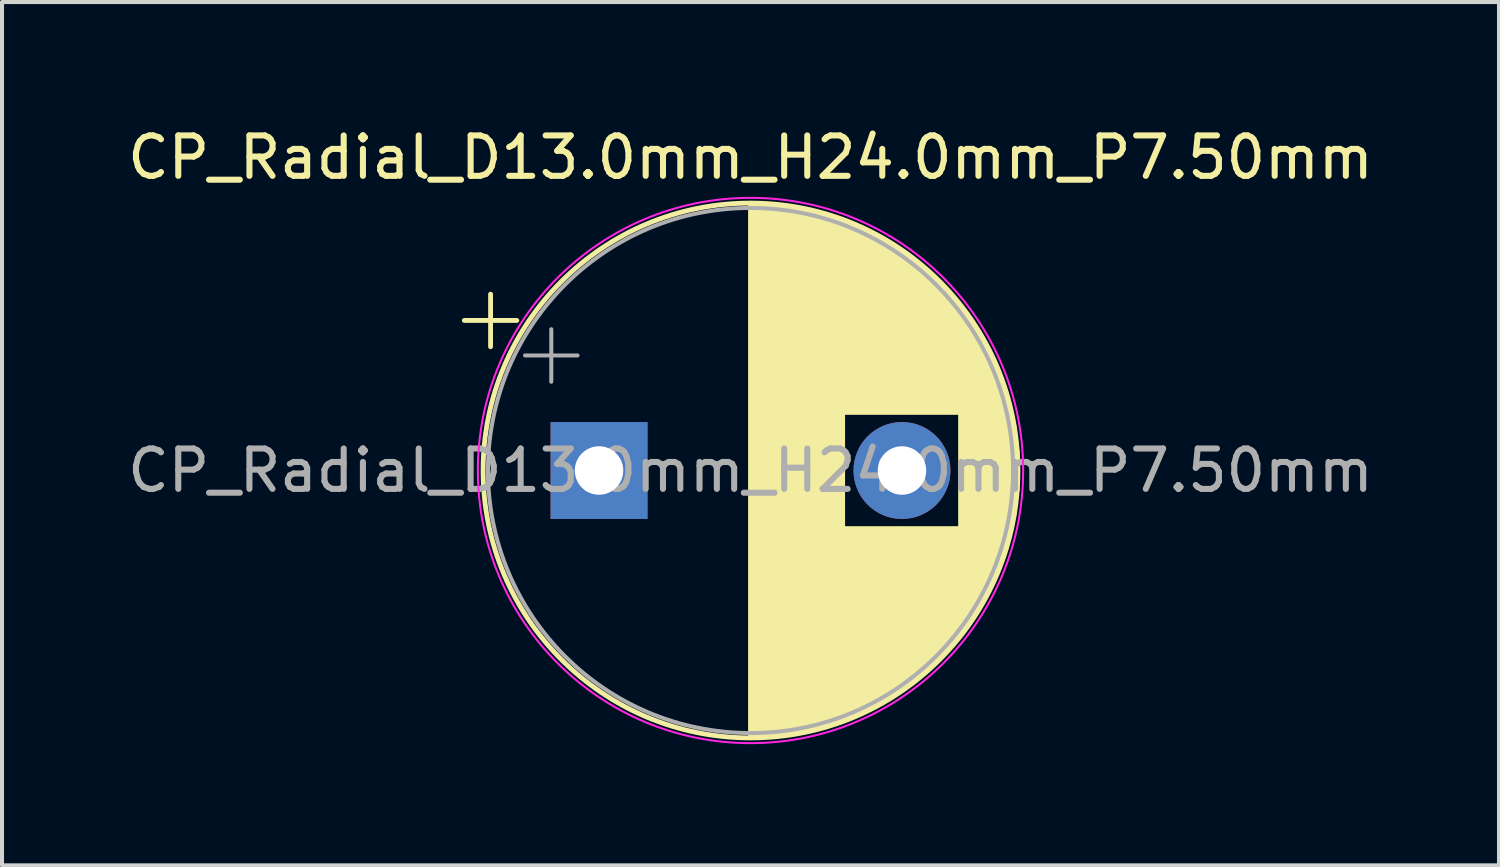
<source format=kicad_pcb>
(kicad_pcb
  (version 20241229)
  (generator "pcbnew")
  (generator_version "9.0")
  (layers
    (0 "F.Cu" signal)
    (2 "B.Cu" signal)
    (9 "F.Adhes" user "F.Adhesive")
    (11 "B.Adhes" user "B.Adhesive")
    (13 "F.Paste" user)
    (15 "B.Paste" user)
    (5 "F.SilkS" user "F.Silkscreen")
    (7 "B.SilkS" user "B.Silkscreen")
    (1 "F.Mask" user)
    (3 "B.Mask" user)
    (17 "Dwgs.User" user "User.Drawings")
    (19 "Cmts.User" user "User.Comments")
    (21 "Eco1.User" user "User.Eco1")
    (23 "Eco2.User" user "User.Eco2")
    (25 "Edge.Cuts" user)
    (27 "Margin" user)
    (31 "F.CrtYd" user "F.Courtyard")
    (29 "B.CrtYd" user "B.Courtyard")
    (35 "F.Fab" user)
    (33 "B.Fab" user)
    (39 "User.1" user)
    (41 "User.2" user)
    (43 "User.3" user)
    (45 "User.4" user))
  (footprint "CP_Radial_D13.0mm_H24.0mm_P7.50mm"
    (layer "F.Cu")
    (at 11.78 8.598)
    (property "Reference" "CP_Radial_D13.0mm_H24.0mm_P7.50mm" (at 3.75 -7.75 0) (layer "F.SilkS") (effects (font (size 1 1) (thickness 0.15))))
    (attr through_hole)
    (fp_line (start -3.335 -3.715) (end -2.035 -3.715) (stroke (width 0.12) (type solid)) (layer "F.SilkS"))
    (fp_line (start -2.685 -4.365) (end -2.685 -3.065) (stroke (width 0.12) (type solid)) (layer "F.SilkS"))
    (fp_line (start 3.75 -6.58) (end 3.75 6.58) (stroke (width 0.12) (type solid)) (layer "F.SilkS"))
    (fp_line (start 3.79 -6.58) (end 3.79 6.58) (stroke (width 0.12) (type solid)) (layer "F.SilkS"))
    (fp_line (start 3.83 -6.58) (end 3.83 6.58) (stroke (width 0.12) (type solid)) (layer "F.SilkS"))
    (fp_line (start 3.87 -6.579) (end 3.87 6.579) (stroke (width 0.12) (type solid)) (layer "F.SilkS"))
    (fp_line (start 3.91 -6.579) (end 3.91 6.579) (stroke (width 0.12) (type solid)) (layer "F.SilkS"))
    (fp_line (start 3.95 -6.577) (end 3.95 6.577) (stroke (width 0.12) (type solid)) (layer "F.SilkS"))
    (fp_line (start 3.99 -6.576) (end 3.99 6.576) (stroke (width 0.12) (type solid)) (layer "F.SilkS"))
    (fp_line (start 4.03 -6.575) (end 4.03 6.575) (stroke (width 0.12) (type solid)) (layer "F.SilkS"))
    (fp_line (start 4.07 -6.573) (end 4.07 6.573) (stroke (width 0.12) (type solid)) (layer "F.SilkS"))
    (fp_line (start 4.11 -6.571) (end 4.11 6.571) (stroke (width 0.12) (type solid)) (layer "F.SilkS"))
    (fp_line (start 4.15 -6.568) (end 4.15 6.568) (stroke (width 0.12) (type solid)) (layer "F.SilkS"))
    (fp_line (start 4.19 -6.566) (end 4.19 6.566) (stroke (width 0.12) (type solid)) (layer "F.SilkS"))
    (fp_line (start 4.23 -6.563) (end 4.23 6.563) (stroke (width 0.12) (type solid)) (layer "F.SilkS"))
    (fp_line (start 4.27 -6.56) (end 4.27 6.56) (stroke (width 0.12) (type solid)) (layer "F.SilkS"))
    (fp_line (start 4.31 -6.557) (end 4.31 6.557) (stroke (width 0.12) (type solid)) (layer "F.SilkS"))
    (fp_line (start 4.35 -6.553) (end 4.35 6.553) (stroke (width 0.12) (type solid)) (layer "F.SilkS"))
    (fp_line (start 4.39 -6.549) (end 4.39 6.549) (stroke (width 0.12) (type solid)) (layer "F.SilkS"))
    (fp_line (start 4.43 -6.545) (end 4.43 6.545) (stroke (width 0.12) (type solid)) (layer "F.SilkS"))
    (fp_line (start 4.471 -6.541) (end 4.471 6.541) (stroke (width 0.12) (type solid)) (layer "F.SilkS"))
    (fp_line (start 4.511 -6.537) (end 4.511 6.537) (stroke (width 0.12) (type solid)) (layer "F.SilkS"))
    (fp_line (start 4.551 -6.532) (end 4.551 6.532) (stroke (width 0.12) (type solid)) (layer "F.SilkS"))
    (fp_line (start 4.591 -6.527) (end 4.591 6.527) (stroke (width 0.12) (type solid)) (layer "F.SilkS"))
    (fp_line (start 4.631 -6.522) (end 4.631 6.522) (stroke (width 0.12) (type solid)) (layer "F.SilkS"))
    (fp_line (start 4.671 -6.516) (end 4.671 6.516) (stroke (width 0.12) (type solid)) (layer "F.SilkS"))
    (fp_line (start 4.711 -6.511) (end 4.711 6.511) (stroke (width 0.12) (type solid)) (layer "F.SilkS"))
    (fp_line (start 4.751 -6.505) (end 4.751 6.505) (stroke (width 0.12) (type solid)) (layer "F.SilkS"))
    (fp_line (start 4.791 -6.498) (end 4.791 6.498) (stroke (width 0.12) (type solid)) (layer "F.SilkS"))
    (fp_line (start 4.831 -6.492) (end 4.831 6.492) (stroke (width 0.12) (type solid)) (layer "F.SilkS"))
    (fp_line (start 4.871 -6.485) (end 4.871 6.485) (stroke (width 0.12) (type solid)) (layer "F.SilkS"))
    (fp_line (start 4.911 -6.478) (end 4.911 6.478) (stroke (width 0.12) (type solid)) (layer "F.SilkS"))
    (fp_line (start 4.951 -6.471) (end 4.951 6.471) (stroke (width 0.12) (type solid)) (layer "F.SilkS"))
    (fp_line (start 4.991 -6.463) (end 4.991 6.463) (stroke (width 0.12) (type solid)) (layer "F.SilkS"))
    (fp_line (start 5.031 -6.456) (end 5.031 6.456) (stroke (width 0.12) (type solid)) (layer "F.SilkS"))
    (fp_line (start 5.071 -6.448) (end 5.071 6.448) (stroke (width 0.12) (type solid)) (layer "F.SilkS"))
    (fp_line (start 5.111 -6.439) (end 5.111 6.439) (stroke (width 0.12) (type solid)) (layer "F.SilkS"))
    (fp_line (start 5.151 -6.431) (end 5.151 6.431) (stroke (width 0.12) (type solid)) (layer "F.SilkS"))
    (fp_line (start 5.191 -6.422) (end 5.191 6.422) (stroke (width 0.12) (type solid)) (layer "F.SilkS"))
    (fp_line (start 5.231 -6.413) (end 5.231 6.413) (stroke (width 0.12) (type solid)) (layer "F.SilkS"))
    (fp_line (start 5.271 -6.404) (end 5.271 6.404) (stroke (width 0.12) (type solid)) (layer "F.SilkS"))
    (fp_line (start 5.311 -6.394) (end 5.311 6.394) (stroke (width 0.12) (type solid)) (layer "F.SilkS"))
    (fp_line (start 5.351 -6.384) (end 5.351 6.384) (stroke (width 0.12) (type solid)) (layer "F.SilkS"))
    (fp_line (start 5.391 -6.374) (end 5.391 6.374) (stroke (width 0.12) (type solid)) (layer "F.SilkS"))
    (fp_line (start 5.431 -6.364) (end 5.431 6.364) (stroke (width 0.12) (type solid)) (layer "F.SilkS"))
    (fp_line (start 5.471 -6.353) (end 5.471 6.353) (stroke (width 0.12) (type solid)) (layer "F.SilkS"))
    (fp_line (start 5.511 -6.342) (end 5.511 6.342) (stroke (width 0.12) (type solid)) (layer "F.SilkS"))
    (fp_line (start 5.551 -6.331) (end 5.551 6.331) (stroke (width 0.12) (type solid)) (layer "F.SilkS"))
    (fp_line (start 5.591 -6.32) (end 5.591 6.32) (stroke (width 0.12) (type solid)) (layer "F.SilkS"))
    (fp_line (start 5.631 -6.308) (end 5.631 6.308) (stroke (width 0.12) (type solid)) (layer "F.SilkS"))
    (fp_line (start 5.671 -6.296) (end 5.671 6.296) (stroke (width 0.12) (type solid)) (layer "F.SilkS"))
    (fp_line (start 5.711 -6.284) (end 5.711 6.284) (stroke (width 0.12) (type solid)) (layer "F.SilkS"))
    (fp_line (start 5.751 -6.271) (end 5.751 6.271) (stroke (width 0.12) (type solid)) (layer "F.SilkS"))
    (fp_line (start 5.791 -6.258) (end 5.791 6.258) (stroke (width 0.12) (type solid)) (layer "F.SilkS"))
    (fp_line (start 5.831 -6.245) (end 5.831 6.245) (stroke (width 0.12) (type solid)) (layer "F.SilkS"))
    (fp_line (start 5.871 -6.232) (end 5.871 6.232) (stroke (width 0.12) (type solid)) (layer "F.SilkS"))
    (fp_line (start 5.911 -6.218) (end 5.911 6.218) (stroke (width 0.12) (type solid)) (layer "F.SilkS"))
    (fp_line (start 5.951 -6.204) (end 5.951 6.204) (stroke (width 0.12) (type solid)) (layer "F.SilkS"))
    (fp_line (start 5.991 -6.19) (end 5.991 6.19) (stroke (width 0.12) (type solid)) (layer "F.SilkS"))
    (fp_line (start 6.031 -6.175) (end 6.031 6.175) (stroke (width 0.12) (type solid)) (layer "F.SilkS"))
    (fp_line (start 6.071 -6.161) (end 6.071 -1.44) (stroke (width 0.12) (type solid)) (layer "F.SilkS"))
    (fp_line (start 6.071 1.44) (end 6.071 6.161) (stroke (width 0.12) (type solid)) (layer "F.SilkS"))
    (fp_line (start 6.111 -6.146) (end 6.111 -1.44) (stroke (width 0.12) (type solid)) (layer "F.SilkS"))
    (fp_line (start 6.111 1.44) (end 6.111 6.146) (stroke (width 0.12) (type solid)) (layer "F.SilkS"))
    (fp_line (start 6.151 -6.13) (end 6.151 -1.44) (stroke (width 0.12) (type solid)) (layer "F.SilkS"))
    (fp_line (start 6.151 1.44) (end 6.151 6.13) (stroke (width 0.12) (type solid)) (layer "F.SilkS"))
    (fp_line (start 6.191 -6.114) (end 6.191 -1.44) (stroke (width 0.12) (type solid)) (layer "F.SilkS"))
    (fp_line (start 6.191 1.44) (end 6.191 6.114) (stroke (width 0.12) (type solid)) (layer "F.SilkS"))
    (fp_line (start 6.231 -6.098) (end 6.231 -1.44) (stroke (width 0.12) (type solid)) (layer "F.SilkS"))
    (fp_line (start 6.231 1.44) (end 6.231 6.098) (stroke (width 0.12) (type solid)) (layer "F.SilkS"))
    (fp_line (start 6.271 -6.082) (end 6.271 -1.44) (stroke (width 0.12) (type solid)) (layer "F.SilkS"))
    (fp_line (start 6.271 1.44) (end 6.271 6.082) (stroke (width 0.12) (type solid)) (layer "F.SilkS"))
    (fp_line (start 6.311 -6.065) (end 6.311 -1.44) (stroke (width 0.12) (type solid)) (layer "F.SilkS"))
    (fp_line (start 6.311 1.44) (end 6.311 6.065) (stroke (width 0.12) (type solid)) (layer "F.SilkS"))
    (fp_line (start 6.351 -6.049) (end 6.351 -1.44) (stroke (width 0.12) (type solid)) (layer "F.SilkS"))
    (fp_line (start 6.351 1.44) (end 6.351 6.049) (stroke (width 0.12) (type solid)) (layer "F.SilkS"))
    (fp_line (start 6.391 -6.031) (end 6.391 -1.44) (stroke (width 0.12) (type solid)) (layer "F.SilkS"))
    (fp_line (start 6.391 1.44) (end 6.391 6.031) (stroke (width 0.12) (type solid)) (layer "F.SilkS"))
    (fp_line (start 6.431 -6.014) (end 6.431 -1.44) (stroke (width 0.12) (type solid)) (layer "F.SilkS"))
    (fp_line (start 6.431 1.44) (end 6.431 6.014) (stroke (width 0.12) (type solid)) (layer "F.SilkS"))
    (fp_line (start 6.471 -5.996) (end 6.471 -1.44) (stroke (width 0.12) (type solid)) (layer "F.SilkS"))
    (fp_line (start 6.471 1.44) (end 6.471 5.996) (stroke (width 0.12) (type solid)) (layer "F.SilkS"))
    (fp_line (start 6.511 -5.978) (end 6.511 -1.44) (stroke (width 0.12) (type solid)) (layer "F.SilkS"))
    (fp_line (start 6.511 1.44) (end 6.511 5.978) (stroke (width 0.12) (type solid)) (layer "F.SilkS"))
    (fp_line (start 6.551 -5.959) (end 6.551 -1.44) (stroke (width 0.12) (type solid)) (layer "F.SilkS"))
    (fp_line (start 6.551 1.44) (end 6.551 5.959) (stroke (width 0.12) (type solid)) (layer "F.SilkS"))
    (fp_line (start 6.591 -5.94) (end 6.591 -1.44) (stroke (width 0.12) (type solid)) (layer "F.SilkS"))
    (fp_line (start 6.591 1.44) (end 6.591 5.94) (stroke (width 0.12) (type solid)) (layer "F.SilkS"))
    (fp_line (start 6.631 -5.921) (end 6.631 -1.44) (stroke (width 0.12) (type solid)) (layer "F.SilkS"))
    (fp_line (start 6.631 1.44) (end 6.631 5.921) (stroke (width 0.12) (type solid)) (layer "F.SilkS"))
    (fp_line (start 6.671 -5.902) (end 6.671 -1.44) (stroke (width 0.12) (type solid)) (layer "F.SilkS"))
    (fp_line (start 6.671 1.44) (end 6.671 5.902) (stroke (width 0.12) (type solid)) (layer "F.SilkS"))
    (fp_line (start 6.711 -5.882) (end 6.711 -1.44) (stroke (width 0.12) (type solid)) (layer "F.SilkS"))
    (fp_line (start 6.711 1.44) (end 6.711 5.882) (stroke (width 0.12) (type solid)) (layer "F.SilkS"))
    (fp_line (start 6.751 -5.862) (end 6.751 -1.44) (stroke (width 0.12) (type solid)) (layer "F.SilkS"))
    (fp_line (start 6.751 1.44) (end 6.751 5.862) (stroke (width 0.12) (type solid)) (layer "F.SilkS"))
    (fp_line (start 6.791 -5.841) (end 6.791 -1.44) (stroke (width 0.12) (type solid)) (layer "F.SilkS"))
    (fp_line (start 6.791 1.44) (end 6.791 5.841) (stroke (width 0.12) (type solid)) (layer "F.SilkS"))
    (fp_line (start 6.831 -5.82) (end 6.831 -1.44) (stroke (width 0.12) (type solid)) (layer "F.SilkS"))
    (fp_line (start 6.831 1.44) (end 6.831 5.82) (stroke (width 0.12) (type solid)) (layer "F.SilkS"))
    (fp_line (start 6.871 -5.799) (end 6.871 -1.44) (stroke (width 0.12) (type solid)) (layer "F.SilkS"))
    (fp_line (start 6.871 1.44) (end 6.871 5.799) (stroke (width 0.12) (type solid)) (layer "F.SilkS"))
    (fp_line (start 6.911 -5.778) (end 6.911 -1.44) (stroke (width 0.12) (type solid)) (layer "F.SilkS"))
    (fp_line (start 6.911 1.44) (end 6.911 5.778) (stroke (width 0.12) (type solid)) (layer "F.SilkS"))
    (fp_line (start 6.951 -5.756) (end 6.951 -1.44) (stroke (width 0.12) (type solid)) (layer "F.SilkS"))
    (fp_line (start 6.951 1.44) (end 6.951 5.756) (stroke (width 0.12) (type solid)) (layer "F.SilkS"))
    (fp_line (start 6.991 -5.733) (end 6.991 -1.44) (stroke (width 0.12) (type solid)) (layer "F.SilkS"))
    (fp_line (start 6.991 1.44) (end 6.991 5.733) (stroke (width 0.12) (type solid)) (layer "F.SilkS"))
    (fp_line (start 7.031 -5.711) (end 7.031 -1.44) (stroke (width 0.12) (type solid)) (layer "F.SilkS"))
    (fp_line (start 7.031 1.44) (end 7.031 5.711) (stroke (width 0.12) (type solid)) (layer "F.SilkS"))
    (fp_line (start 7.071 -5.688) (end 7.071 -1.44) (stroke (width 0.12) (type solid)) (layer "F.SilkS"))
    (fp_line (start 7.071 1.44) (end 7.071 5.688) (stroke (width 0.12) (type solid)) (layer "F.SilkS"))
    (fp_line (start 7.111 -5.664) (end 7.111 -1.44) (stroke (width 0.12) (type solid)) (layer "F.SilkS"))
    (fp_line (start 7.111 1.44) (end 7.111 5.664) (stroke (width 0.12) (type solid)) (layer "F.SilkS"))
    (fp_line (start 7.151 -5.641) (end 7.151 -1.44) (stroke (width 0.12) (type solid)) (layer "F.SilkS"))
    (fp_line (start 7.151 1.44) (end 7.151 5.641) (stroke (width 0.12) (type solid)) (layer "F.SilkS"))
    (fp_line (start 7.191 -5.617) (end 7.191 -1.44) (stroke (width 0.12) (type solid)) (layer "F.SilkS"))
    (fp_line (start 7.191 1.44) (end 7.191 5.617) (stroke (width 0.12) (type solid)) (layer "F.SilkS"))
    (fp_line (start 7.231 -5.592) (end 7.231 -1.44) (stroke (width 0.12) (type solid)) (layer "F.SilkS"))
    (fp_line (start 7.231 1.44) (end 7.231 5.592) (stroke (width 0.12) (type solid)) (layer "F.SilkS"))
    (fp_line (start 7.271 -5.567) (end 7.271 -1.44) (stroke (width 0.12) (type solid)) (layer "F.SilkS"))
    (fp_line (start 7.271 1.44) (end 7.271 5.567) (stroke (width 0.12) (type solid)) (layer "F.SilkS"))
    (fp_line (start 7.311 -5.542) (end 7.311 -1.44) (stroke (width 0.12) (type solid)) (layer "F.SilkS"))
    (fp_line (start 7.311 1.44) (end 7.311 5.542) (stroke (width 0.12) (type solid)) (layer "F.SilkS"))
    (fp_line (start 7.351 -5.516) (end 7.351 -1.44) (stroke (width 0.12) (type solid)) (layer "F.SilkS"))
    (fp_line (start 7.351 1.44) (end 7.351 5.516) (stroke (width 0.12) (type solid)) (layer "F.SilkS"))
    (fp_line (start 7.391 -5.49) (end 7.391 -1.44) (stroke (width 0.12) (type solid)) (layer "F.SilkS"))
    (fp_line (start 7.391 1.44) (end 7.391 5.49) (stroke (width 0.12) (type solid)) (layer "F.SilkS"))
    (fp_line (start 7.431 -5.463) (end 7.431 -1.44) (stroke (width 0.12) (type solid)) (layer "F.SilkS"))
    (fp_line (start 7.431 1.44) (end 7.431 5.463) (stroke (width 0.12) (type solid)) (layer "F.SilkS"))
    (fp_line (start 7.471 -5.436) (end 7.471 -1.44) (stroke (width 0.12) (type solid)) (layer "F.SilkS"))
    (fp_line (start 7.471 1.44) (end 7.471 5.436) (stroke (width 0.12) (type solid)) (layer "F.SilkS"))
    (fp_line (start 7.511 -5.409) (end 7.511 -1.44) (stroke (width 0.12) (type solid)) (layer "F.SilkS"))
    (fp_line (start 7.511 1.44) (end 7.511 5.409) (stroke (width 0.12) (type solid)) (layer "F.SilkS"))
    (fp_line (start 7.551 -5.381) (end 7.551 -1.44) (stroke (width 0.12) (type solid)) (layer "F.SilkS"))
    (fp_line (start 7.551 1.44) (end 7.551 5.381) (stroke (width 0.12) (type solid)) (layer "F.SilkS"))
    (fp_line (start 7.591 -5.353) (end 7.591 -1.44) (stroke (width 0.12) (type solid)) (layer "F.SilkS"))
    (fp_line (start 7.591 1.44) (end 7.591 5.353) (stroke (width 0.12) (type solid)) (layer "F.SilkS"))
    (fp_line (start 7.631 -5.324) (end 7.631 -1.44) (stroke (width 0.12) (type solid)) (layer "F.SilkS"))
    (fp_line (start 7.631 1.44) (end 7.631 5.324) (stroke (width 0.12) (type solid)) (layer "F.SilkS"))
    (fp_line (start 7.671 -5.295) (end 7.671 -1.44) (stroke (width 0.12) (type solid)) (layer "F.SilkS"))
    (fp_line (start 7.671 1.44) (end 7.671 5.295) (stroke (width 0.12) (type solid)) (layer "F.SilkS"))
    (fp_line (start 7.711 -5.265) (end 7.711 -1.44) (stroke (width 0.12) (type solid)) (layer "F.SilkS"))
    (fp_line (start 7.711 1.44) (end 7.711 5.265) (stroke (width 0.12) (type solid)) (layer "F.SilkS"))
    (fp_line (start 7.751 -5.235) (end 7.751 -1.44) (stroke (width 0.12) (type solid)) (layer "F.SilkS"))
    (fp_line (start 7.751 1.44) (end 7.751 5.235) (stroke (width 0.12) (type solid)) (layer "F.SilkS"))
    (fp_line (start 7.791 -5.205) (end 7.791 -1.44) (stroke (width 0.12) (type solid)) (layer "F.SilkS"))
    (fp_line (start 7.791 1.44) (end 7.791 5.205) (stroke (width 0.12) (type solid)) (layer "F.SilkS"))
    (fp_line (start 7.831 -5.174) (end 7.831 -1.44) (stroke (width 0.12) (type solid)) (layer "F.SilkS"))
    (fp_line (start 7.831 1.44) (end 7.831 5.174) (stroke (width 0.12) (type solid)) (layer "F.SilkS"))
    (fp_line (start 7.871 -5.142) (end 7.871 -1.44) (stroke (width 0.12) (type solid)) (layer "F.SilkS"))
    (fp_line (start 7.871 1.44) (end 7.871 5.142) (stroke (width 0.12) (type solid)) (layer "F.SilkS"))
    (fp_line (start 7.911 -5.11) (end 7.911 -1.44) (stroke (width 0.12) (type solid)) (layer "F.SilkS"))
    (fp_line (start 7.911 1.44) (end 7.911 5.11) (stroke (width 0.12) (type solid)) (layer "F.SilkS"))
    (fp_line (start 7.951 -5.078) (end 7.951 -1.44) (stroke (width 0.12) (type solid)) (layer "F.SilkS"))
    (fp_line (start 7.951 1.44) (end 7.951 5.078) (stroke (width 0.12) (type solid)) (layer "F.SilkS"))
    (fp_line (start 7.991 -5.044) (end 7.991 -1.44) (stroke (width 0.12) (type solid)) (layer "F.SilkS"))
    (fp_line (start 7.991 1.44) (end 7.991 5.044) (stroke (width 0.12) (type solid)) (layer "F.SilkS"))
    (fp_line (start 8.031 -5.011) (end 8.031 -1.44) (stroke (width 0.12) (type solid)) (layer "F.SilkS"))
    (fp_line (start 8.031 1.44) (end 8.031 5.011) (stroke (width 0.12) (type solid)) (layer "F.SilkS"))
    (fp_line (start 8.071 -4.977) (end 8.071 -1.44) (stroke (width 0.12) (type solid)) (layer "F.SilkS"))
    (fp_line (start 8.071 1.44) (end 8.071 4.977) (stroke (width 0.12) (type solid)) (layer "F.SilkS"))
    (fp_line (start 8.111 -4.942) (end 8.111 -1.44) (stroke (width 0.12) (type solid)) (layer "F.SilkS"))
    (fp_line (start 8.111 1.44) (end 8.111 4.942) (stroke (width 0.12) (type solid)) (layer "F.SilkS"))
    (fp_line (start 8.151 -4.907) (end 8.151 -1.44) (stroke (width 0.12) (type solid)) (layer "F.SilkS"))
    (fp_line (start 8.151 1.44) (end 8.151 4.907) (stroke (width 0.12) (type solid)) (layer "F.SilkS"))
    (fp_line (start 8.191 -4.871) (end 8.191 -1.44) (stroke (width 0.12) (type solid)) (layer "F.SilkS"))
    (fp_line (start 8.191 1.44) (end 8.191 4.871) (stroke (width 0.12) (type solid)) (layer "F.SilkS"))
    (fp_line (start 8.231 -4.834) (end 8.231 -1.44) (stroke (width 0.12) (type solid)) (layer "F.SilkS"))
    (fp_line (start 8.231 1.44) (end 8.231 4.834) (stroke (width 0.12) (type solid)) (layer "F.SilkS"))
    (fp_line (start 8.271 -4.797) (end 8.271 -1.44) (stroke (width 0.12) (type solid)) (layer "F.SilkS"))
    (fp_line (start 8.271 1.44) (end 8.271 4.797) (stroke (width 0.12) (type solid)) (layer "F.SilkS"))
    (fp_line (start 8.311 -4.76) (end 8.311 -1.44) (stroke (width 0.12) (type solid)) (layer "F.SilkS"))
    (fp_line (start 8.311 1.44) (end 8.311 4.76) (stroke (width 0.12) (type solid)) (layer "F.SilkS"))
    (fp_line (start 8.351 -4.721) (end 8.351 -1.44) (stroke (width 0.12) (type solid)) (layer "F.SilkS"))
    (fp_line (start 8.351 1.44) (end 8.351 4.721) (stroke (width 0.12) (type solid)) (layer "F.SilkS"))
    (fp_line (start 8.391 -4.682) (end 8.391 -1.44) (stroke (width 0.12) (type solid)) (layer "F.SilkS"))
    (fp_line (start 8.391 1.44) (end 8.391 4.682) (stroke (width 0.12) (type solid)) (layer "F.SilkS"))
    (fp_line (start 8.431 -4.643) (end 8.431 -1.44) (stroke (width 0.12) (type solid)) (layer "F.SilkS"))
    (fp_line (start 8.431 1.44) (end 8.431 4.643) (stroke (width 0.12) (type solid)) (layer "F.SilkS"))
    (fp_line (start 8.471 -4.602) (end 8.471 -1.44) (stroke (width 0.12) (type solid)) (layer "F.SilkS"))
    (fp_line (start 8.471 1.44) (end 8.471 4.602) (stroke (width 0.12) (type solid)) (layer "F.SilkS"))
    (fp_line (start 8.511 -4.561) (end 8.511 -1.44) (stroke (width 0.12) (type solid)) (layer "F.SilkS"))
    (fp_line (start 8.511 1.44) (end 8.511 4.561) (stroke (width 0.12) (type solid)) (layer "F.SilkS"))
    (fp_line (start 8.551 -4.519) (end 8.551 -1.44) (stroke (width 0.12) (type solid)) (layer "F.SilkS"))
    (fp_line (start 8.551 1.44) (end 8.551 4.519) (stroke (width 0.12) (type solid)) (layer "F.SilkS"))
    (fp_line (start 8.591 -4.477) (end 8.591 -1.44) (stroke (width 0.12) (type solid)) (layer "F.SilkS"))
    (fp_line (start 8.591 1.44) (end 8.591 4.477) (stroke (width 0.12) (type solid)) (layer "F.SilkS"))
    (fp_line (start 8.631 -4.434) (end 8.631 -1.44) (stroke (width 0.12) (type solid)) (layer "F.SilkS"))
    (fp_line (start 8.631 1.44) (end 8.631 4.434) (stroke (width 0.12) (type solid)) (layer "F.SilkS"))
    (fp_line (start 8.671 -4.39) (end 8.671 -1.44) (stroke (width 0.12) (type solid)) (layer "F.SilkS"))
    (fp_line (start 8.671 1.44) (end 8.671 4.39) (stroke (width 0.12) (type solid)) (layer "F.SilkS"))
    (fp_line (start 8.711 -4.345) (end 8.711 -1.44) (stroke (width 0.12) (type solid)) (layer "F.SilkS"))
    (fp_line (start 8.711 1.44) (end 8.711 4.345) (stroke (width 0.12) (type solid)) (layer "F.SilkS"))
    (fp_line (start 8.751 -4.299) (end 8.751 -1.44) (stroke (width 0.12) (type solid)) (layer "F.SilkS"))
    (fp_line (start 8.751 1.44) (end 8.751 4.299) (stroke (width 0.12) (type solid)) (layer "F.SilkS"))
    (fp_line (start 8.791 -4.253) (end 8.791 -1.44) (stroke (width 0.12) (type solid)) (layer "F.SilkS"))
    (fp_line (start 8.791 1.44) (end 8.791 4.253) (stroke (width 0.12) (type solid)) (layer "F.SilkS"))
    (fp_line (start 8.831 -4.205) (end 8.831 -1.44) (stroke (width 0.12) (type solid)) (layer "F.SilkS"))
    (fp_line (start 8.831 1.44) (end 8.831 4.205) (stroke (width 0.12) (type solid)) (layer "F.SilkS"))
    (fp_line (start 8.871 -4.157) (end 8.871 -1.44) (stroke (width 0.12) (type solid)) (layer "F.SilkS"))
    (fp_line (start 8.871 1.44) (end 8.871 4.157) (stroke (width 0.12) (type solid)) (layer "F.SilkS"))
    (fp_line (start 8.911 -4.108) (end 8.911 -1.44) (stroke (width 0.12) (type solid)) (layer "F.SilkS"))
    (fp_line (start 8.911 1.44) (end 8.911 4.108) (stroke (width 0.12) (type solid)) (layer "F.SilkS"))
    (fp_line (start 8.951 -4.057) (end 8.951 4.057) (stroke (width 0.12) (type solid)) (layer "F.SilkS"))
    (fp_line (start 8.991 -4.006) (end 8.991 4.006) (stroke (width 0.12) (type solid)) (layer "F.SilkS"))
    (fp_line (start 9.031 -3.954) (end 9.031 3.954) (stroke (width 0.12) (type solid)) (layer "F.SilkS"))
    (fp_line (start 9.071 -3.9) (end 9.071 3.9) (stroke (width 0.12) (type solid)) (layer "F.SilkS"))
    (fp_line (start 9.111 -3.846) (end 9.111 3.846) (stroke (width 0.12) (type solid)) (layer "F.SilkS"))
    (fp_line (start 9.151 -3.79) (end 9.151 3.79) (stroke (width 0.12) (type solid)) (layer "F.SilkS"))
    (fp_line (start 9.191 -3.733) (end 9.191 3.733) (stroke (width 0.12) (type solid)) (layer "F.SilkS"))
    (fp_line (start 9.231 -3.675) (end 9.231 3.675) (stroke (width 0.12) (type solid)) (layer "F.SilkS"))
    (fp_line (start 9.271 -3.615) (end 9.271 3.615) (stroke (width 0.12) (type solid)) (layer "F.SilkS"))
    (fp_line (start 9.311 -3.554) (end 9.311 3.554) (stroke (width 0.12) (type solid)) (layer "F.SilkS"))
    (fp_line (start 9.351 -3.491) (end 9.351 3.491) (stroke (width 0.12) (type solid)) (layer "F.SilkS"))
    (fp_line (start 9.391 -3.427) (end 9.391 3.427) (stroke (width 0.12) (type solid)) (layer "F.SilkS"))
    (fp_line (start 9.431 -3.361) (end 9.431 3.361) (stroke (width 0.12) (type solid)) (layer "F.SilkS"))
    (fp_line (start 9.471 -3.293) (end 9.471 3.293) (stroke (width 0.12) (type solid)) (layer "F.SilkS"))
    (fp_line (start 9.511 -3.223) (end 9.511 3.223) (stroke (width 0.12) (type solid)) (layer "F.SilkS"))
    (fp_line (start 9.551 -3.152) (end 9.551 3.152) (stroke (width 0.12) (type solid)) (layer "F.SilkS"))
    (fp_line (start 9.591 -3.078) (end 9.591 3.078) (stroke (width 0.12) (type solid)) (layer "F.SilkS"))
    (fp_line (start 9.631 -3.002) (end 9.631 3.002) (stroke (width 0.12) (type solid)) (layer "F.SilkS"))
    (fp_line (start 9.671 -2.923) (end 9.671 2.923) (stroke (width 0.12) (type solid)) (layer "F.SilkS"))
    (fp_line (start 9.711 -2.842) (end 9.711 2.842) (stroke (width 0.12) (type solid)) (layer "F.SilkS"))
    (fp_line (start 9.751 -2.758) (end 9.751 2.758) (stroke (width 0.12) (type solid)) (layer "F.SilkS"))
    (fp_line (start 9.791 -2.67) (end 9.791 2.67) (stroke (width 0.12) (type solid)) (layer "F.SilkS"))
    (fp_line (start 9.831 -2.579) (end 9.831 2.579) (stroke (width 0.12) (type solid)) (layer "F.SilkS"))
    (fp_line (start 9.871 -2.484) (end 9.871 2.484) (stroke (width 0.12) (type solid)) (layer "F.SilkS"))
    (fp_line (start 9.911 -2.385) (end 9.911 2.385) (stroke (width 0.12) (type solid)) (layer "F.SilkS"))
    (fp_line (start 9.951 -2.281) (end 9.951 2.281) (stroke (width 0.12) (type solid)) (layer "F.SilkS"))
    (fp_line (start 9.991 -2.171) (end 9.991 2.171) (stroke (width 0.12) (type solid)) (layer "F.SilkS"))
    (fp_line (start 10.031 -2.055) (end 10.031 2.055) (stroke (width 0.12) (type solid)) (layer "F.SilkS"))
    (fp_line (start 10.071 -1.931) (end 10.071 1.931) (stroke (width 0.12) (type solid)) (layer "F.SilkS"))
    (fp_line (start 10.111 -1.798) (end 10.111 1.798) (stroke (width 0.12) (type solid)) (layer "F.SilkS"))
    (fp_line (start 10.151 -1.653) (end 10.151 1.653) (stroke (width 0.12) (type solid)) (layer "F.SilkS"))
    (fp_line (start 10.191 -1.494) (end 10.191 1.494) (stroke (width 0.12) (type solid)) (layer "F.SilkS"))
    (fp_line (start 10.231 -1.315) (end 10.231 1.315) (stroke (width 0.12) (type solid)) (layer "F.SilkS"))
    (fp_line (start 10.271 -1.107) (end 10.271 1.107) (stroke (width 0.12) (type solid)) (layer "F.SilkS"))
    (fp_line (start 10.311 -0.85) (end 10.311 0.85) (stroke (width 0.12) (type solid)) (layer "F.SilkS"))
    (fp_line (start 10.351 -0.475) (end 10.351 0.475) (stroke (width 0.12) (type solid)) (layer "F.SilkS"))
    (fp_circle (center 3.75 0) (end 10.37 0) (stroke (width 0.12) (type solid)) (fill no) (layer "F.SilkS"))
    (fp_circle (center 3.75 0) (end 10.5 0) (stroke (width 0.05) (type solid)) (fill no) (layer "F.CrtYd"))
    (fp_line (start -1.832 -2.848) (end -0.532 -2.848) (stroke (width 0.1) (type solid)) (layer "F.Fab"))
    (fp_line (start -1.182 -3.498) (end -1.182 -2.197) (stroke (width 0.1) (type solid)) (layer "F.Fab"))
    (fp_circle (center 3.75 0) (end 10.25 0) (stroke (width 0.1) (type solid)) (fill no) (layer "F.Fab"))
    (fp_text user "${REFERENCE}" (at 3.75 0 0) (layer "F.Fab") (effects (font (size 1 1) (thickness 0.15))))
    (pad "1" thru_hole rect (at 0 0) (size 2.4 2.4) (drill 1.2) (layers "*.Cu" "*.Mask"))
    (pad "2" thru_hole circle (at 7.5 0) (size 2.4 2.4) (drill 1.2) (layers "*.Cu" "*.Mask")))
  (gr_rect
    (start -3 -3)
    (end 34.06 18.373)
    (stroke (width 0.1) (type default))
    (fill no)
    (layer "Edge.Cuts")))
</source>
